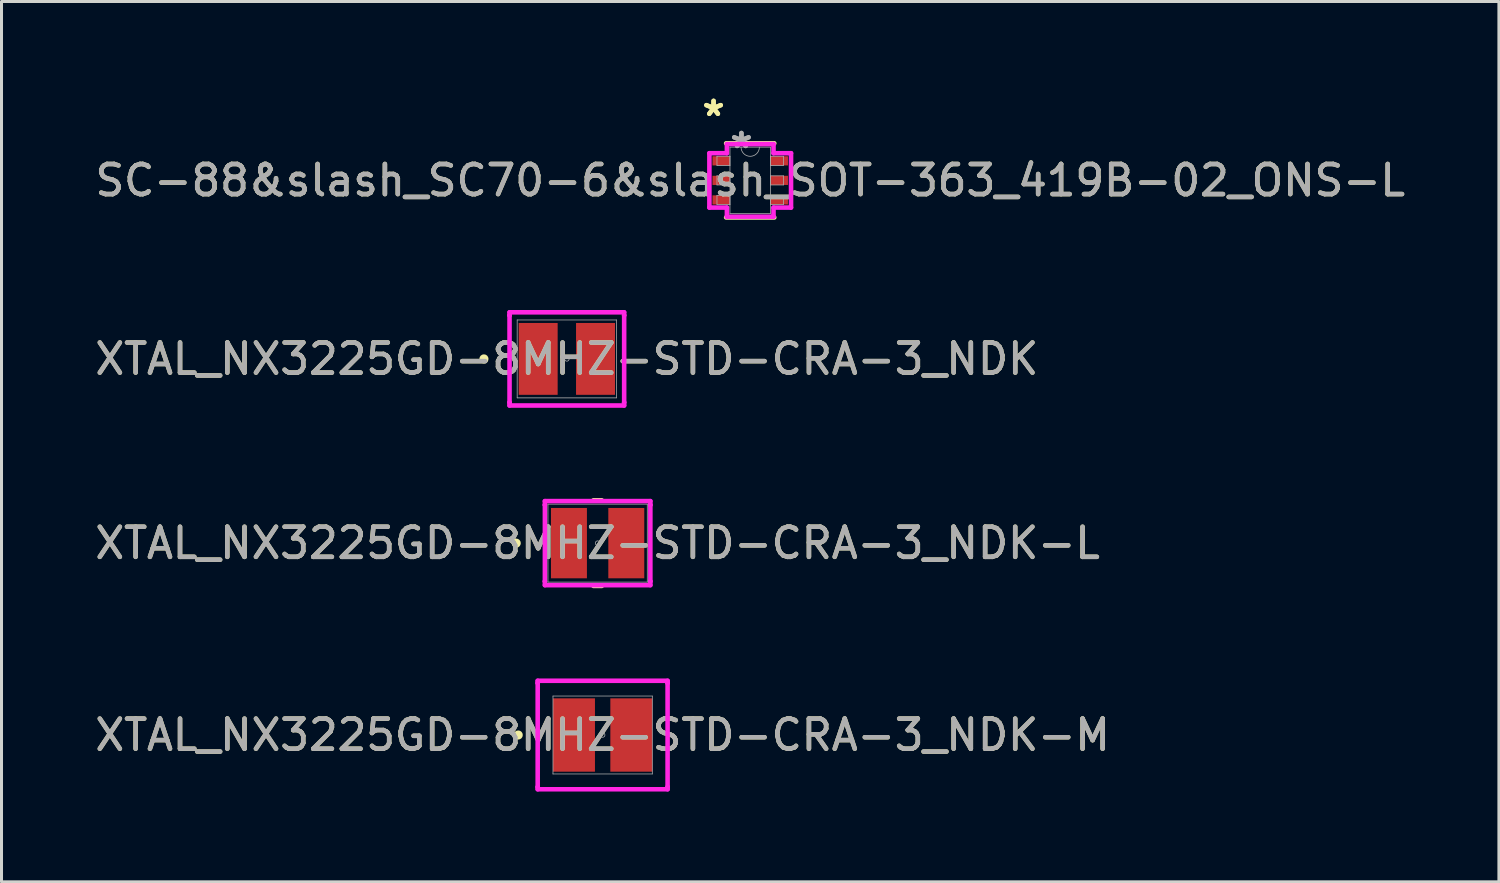
<source format=kicad_pcb>
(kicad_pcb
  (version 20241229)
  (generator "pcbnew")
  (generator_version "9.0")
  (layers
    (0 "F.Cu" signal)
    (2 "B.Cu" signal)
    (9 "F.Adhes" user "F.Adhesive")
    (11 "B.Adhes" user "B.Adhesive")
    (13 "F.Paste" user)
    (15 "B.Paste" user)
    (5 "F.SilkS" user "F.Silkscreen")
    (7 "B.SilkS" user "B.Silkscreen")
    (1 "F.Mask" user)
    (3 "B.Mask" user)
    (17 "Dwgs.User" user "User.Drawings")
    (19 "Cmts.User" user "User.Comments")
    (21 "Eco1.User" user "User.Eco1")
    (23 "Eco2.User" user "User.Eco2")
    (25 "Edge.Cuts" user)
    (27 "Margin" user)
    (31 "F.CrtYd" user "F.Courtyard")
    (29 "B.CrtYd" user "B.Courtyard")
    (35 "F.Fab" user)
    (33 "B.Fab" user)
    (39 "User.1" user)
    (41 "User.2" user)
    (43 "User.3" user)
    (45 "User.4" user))
  (footprint "XTAL_NX3225GD-8MHZ-STD-CRA-3_NDK"
    (layer "F.Cu")
    (at 15.792 8.88)
    (property "Reference" "XTAL_NX3225GD-8MHZ-STD-CRA-3_NDK" (at 0 0 0) (unlocked yes) (layer "F.SilkS") (effects (font (size 1 1) (thickness 0.15))))
    (attr smd)
    (fp_circle (center -2.756 0) (end -2.68 0) (stroke (width 0.152) (type solid)) (fill no) (layer "F.SilkS"))
    (fp_line (start -1.905 -1.549) (end 1.905 -1.549) (stroke (width 0.152) (type solid)) (layer "F.CrtYd"))
    (fp_line (start -1.905 -1.448) (end -1.905 -1.549) (stroke (width 0.152) (type solid)) (layer "F.CrtYd"))
    (fp_line (start -1.905 -1.448) (end -1.905 -1.448) (stroke (width 0.152) (type solid)) (layer "F.CrtYd"))
    (fp_line (start -1.905 1.448) (end -1.905 -1.448) (stroke (width 0.152) (type solid)) (layer "F.CrtYd"))
    (fp_line (start -1.905 1.448) (end -1.905 1.448) (stroke (width 0.152) (type solid)) (layer "F.CrtYd"))
    (fp_line (start -1.905 1.549) (end -1.905 1.448) (stroke (width 0.152) (type solid)) (layer "F.CrtYd"))
    (fp_line (start 1.905 -1.549) (end 1.905 -1.448) (stroke (width 0.152) (type solid)) (layer "F.CrtYd"))
    (fp_line (start 1.905 -1.448) (end 1.905 -1.448) (stroke (width 0.152) (type solid)) (layer "F.CrtYd"))
    (fp_line (start 1.905 -1.448) (end 1.905 1.448) (stroke (width 0.152) (type solid)) (layer "F.CrtYd"))
    (fp_line (start 1.905 1.448) (end 1.905 1.448) (stroke (width 0.152) (type solid)) (layer "F.CrtYd"))
    (fp_line (start 1.905 1.448) (end 1.905 1.549) (stroke (width 0.152) (type solid)) (layer "F.CrtYd"))
    (fp_line (start 1.905 1.549) (end -1.905 1.549) (stroke (width 0.152) (type solid)) (layer "F.CrtYd"))
    (fp_line (start -1.651 -1.295) (end -1.651 1.295) (stroke (width 0.025) (type solid)) (layer "F.Fab"))
    (fp_line (start -1.651 1.295) (end 1.651 1.295) (stroke (width 0.025) (type solid)) (layer "F.Fab"))
    (fp_line (start 1.651 -1.295) (end -1.651 -1.295) (stroke (width 0.025) (type solid)) (layer "F.Fab"))
    (fp_line (start 1.651 1.295) (end 1.651 -1.295) (stroke (width 0.025) (type solid)) (layer "F.Fab"))
    (fp_circle (center 0 0) (end 0.076 0) (stroke (width 0.025) (type solid)) (fill no) (layer "F.Fab"))
    (fp_text user "${REFERENCE}" (at 0 0 0) (unlocked yes) (layer "F.Fab") (effects (font (size 1 1) (thickness 0.15))))
    (pad "1" smd rect (at -0.953 0) (size 1.295 2.388) (layers "F.Cu" "F.Mask" "F.Paste"))
    (pad "2" smd rect (at 0.953 0) (size 1.295 2.388) (layers "F.Cu" "F.Mask" "F.Paste")))
  (footprint "XTAL_NX3225GD-8MHZ-STD-CRA-3_NDK-L"
    (layer "F.Cu")
    (at 16.815 15.004)
    (property "Reference" "XTAL_NX3225GD-8MHZ-STD-CRA-3_NDK-L" (at 0 0 0) (unlocked yes) (layer "F.SilkS") (effects (font (size 1 1) (thickness 0.15))))
    (attr smd)
    (fp_line (start -0.139 1.422) (end 0.139 1.422) (stroke (width 0.152) (type solid)) (layer "F.SilkS"))
    (fp_line (start 0.139 -1.422) (end -0.139 -1.422) (stroke (width 0.152) (type solid)) (layer "F.SilkS"))
    (fp_circle (center -2.706 0) (end -2.63 0) (stroke (width 0.152) (type solid)) (fill no) (layer "F.SilkS"))
    (fp_line (start -1.753 -1.397) (end 1.753 -1.397) (stroke (width 0.152) (type solid)) (layer "F.CrtYd"))
    (fp_line (start -1.753 -1.27) (end -1.753 -1.397) (stroke (width 0.152) (type solid)) (layer "F.CrtYd"))
    (fp_line (start -1.753 -1.27) (end -1.753 -1.27) (stroke (width 0.152) (type solid)) (layer "F.CrtYd"))
    (fp_line (start -1.753 1.27) (end -1.753 -1.27) (stroke (width 0.152) (type solid)) (layer "F.CrtYd"))
    (fp_line (start -1.753 1.27) (end -1.753 1.27) (stroke (width 0.152) (type solid)) (layer "F.CrtYd"))
    (fp_line (start -1.753 1.397) (end -1.753 1.27) (stroke (width 0.152) (type solid)) (layer "F.CrtYd"))
    (fp_line (start 1.753 -1.397) (end 1.753 -1.27) (stroke (width 0.152) (type solid)) (layer "F.CrtYd"))
    (fp_line (start 1.753 -1.27) (end 1.753 -1.27) (stroke (width 0.152) (type solid)) (layer "F.CrtYd"))
    (fp_line (start 1.753 -1.27) (end 1.753 1.27) (stroke (width 0.152) (type solid)) (layer "F.CrtYd"))
    (fp_line (start 1.753 1.27) (end 1.753 1.27) (stroke (width 0.152) (type solid)) (layer "F.CrtYd"))
    (fp_line (start 1.753 1.27) (end 1.753 1.397) (stroke (width 0.152) (type solid)) (layer "F.CrtYd"))
    (fp_line (start 1.753 1.397) (end -1.753 1.397) (stroke (width 0.152) (type solid)) (layer "F.CrtYd"))
    (fp_line (start -1.651 -1.295) (end -1.651 1.295) (stroke (width 0.025) (type solid)) (layer "F.Fab"))
    (fp_line (start -1.651 1.295) (end 1.651 1.295) (stroke (width 0.025) (type solid)) (layer "F.Fab"))
    (fp_line (start 1.651 -1.295) (end -1.651 -1.295) (stroke (width 0.025) (type solid)) (layer "F.Fab"))
    (fp_line (start 1.651 1.295) (end 1.651 -1.295) (stroke (width 0.025) (type solid)) (layer "F.Fab"))
    (fp_circle (center 0 0) (end 0.076 0) (stroke (width 0.025) (type solid)) (fill no) (layer "F.Fab"))
    (fp_text user "${REFERENCE}" (at 0 0 0) (unlocked yes) (layer "F.Fab") (effects (font (size 1 1) (thickness 0.15))))
    (pad "1" smd rect (at -0.953 0) (size 1.195 2.338) (layers "F.Cu" "F.Mask" "F.Paste"))
    (pad "2" smd rect (at 0.953 0) (size 1.195 2.338) (layers "F.Cu" "F.Mask" "F.Paste")))
  (footprint "SC-88&slash_SC70-6&slash_SOT-363_419B-02_ONS-L"
    (layer "F.Cu")
    (at 21.887 2.946)
    (property "Reference" "SC-88&slash_SC70-6&slash_SOT-363_419B-02_ONS-L" (at 0 0 0) (unlocked yes) (layer "F.SilkS") (effects (font (size 1 1) (thickness 0.15))))
    (attr smd)
    (fp_line (start -0.8 1.232) (end 0.8 1.232) (stroke (width 0.152) (type solid)) (layer "F.SilkS"))
    (fp_line (start 0.8 -1.232) (end -0.8 -1.232) (stroke (width 0.152) (type solid)) (layer "F.SilkS"))
    (fp_line (start -1.357 -0.904) (end -0.775 -0.904) (stroke (width 0.152) (type solid)) (layer "F.CrtYd"))
    (fp_line (start -1.357 0.904) (end -1.357 -0.904) (stroke (width 0.152) (type solid)) (layer "F.CrtYd"))
    (fp_line (start -1.357 0.904) (end -0.775 0.904) (stroke (width 0.152) (type solid)) (layer "F.CrtYd"))
    (fp_line (start -0.775 -1.206) (end 0.775 -1.206) (stroke (width 0.152) (type solid)) (layer "F.CrtYd"))
    (fp_line (start -0.775 -0.904) (end -0.775 -1.206) (stroke (width 0.152) (type solid)) (layer "F.CrtYd"))
    (fp_line (start -0.775 1.206) (end -0.775 0.904) (stroke (width 0.152) (type solid)) (layer "F.CrtYd"))
    (fp_line (start 0.775 -1.206) (end 0.775 -0.904) (stroke (width 0.152) (type solid)) (layer "F.CrtYd"))
    (fp_line (start 0.775 0.904) (end 0.775 1.206) (stroke (width 0.152) (type solid)) (layer "F.CrtYd"))
    (fp_line (start 0.775 1.206) (end -0.775 1.206) (stroke (width 0.152) (type solid)) (layer "F.CrtYd"))
    (fp_line (start 1.357 -0.904) (end 0.775 -0.904) (stroke (width 0.152) (type solid)) (layer "F.CrtYd"))
    (fp_line (start 1.357 -0.904) (end 1.357 0.904) (stroke (width 0.152) (type solid)) (layer "F.CrtYd"))
    (fp_line (start 1.357 0.904) (end 0.775 0.904) (stroke (width 0.152) (type solid)) (layer "F.CrtYd"))
    (fp_line (start -1.105 -0.802) (end -1.105 -0.498) (stroke (width 0.025) (type solid)) (layer "F.Fab"))
    (fp_line (start -1.105 -0.498) (end -0.673 -0.498) (stroke (width 0.025) (type solid)) (layer "F.Fab"))
    (fp_line (start -1.105 -0.152) (end -1.105 0.152) (stroke (width 0.025) (type solid)) (layer "F.Fab"))
    (fp_line (start -1.105 0.152) (end -0.673 0.152) (stroke (width 0.025) (type solid)) (layer "F.Fab"))
    (fp_line (start -1.105 0.498) (end -1.105 0.802) (stroke (width 0.025) (type solid)) (layer "F.Fab"))
    (fp_line (start -1.105 0.802) (end -0.673 0.802) (stroke (width 0.025) (type solid)) (layer "F.Fab"))
    (fp_line (start -0.673 -1.105) (end -0.673 1.105) (stroke (width 0.025) (type solid)) (layer "F.Fab"))
    (fp_line (start -0.673 -0.802) (end -1.105 -0.802) (stroke (width 0.025) (type solid)) (layer "F.Fab"))
    (fp_line (start -0.673 -0.498) (end -0.673 -0.802) (stroke (width 0.025) (type solid)) (layer "F.Fab"))
    (fp_line (start -0.673 -0.152) (end -1.105 -0.152) (stroke (width 0.025) (type solid)) (layer "F.Fab"))
    (fp_line (start -0.673 0.152) (end -0.673 -0.152) (stroke (width 0.025) (type solid)) (layer "F.Fab"))
    (fp_line (start -0.673 0.498) (end -1.105 0.498) (stroke (width 0.025) (type solid)) (layer "F.Fab"))
    (fp_line (start -0.673 0.802) (end -0.673 0.498) (stroke (width 0.025) (type solid)) (layer "F.Fab"))
    (fp_line (start -0.673 1.105) (end 0.673 1.105) (stroke (width 0.025) (type solid)) (layer "F.Fab"))
    (fp_line (start 0.673 -1.105) (end -0.673 -1.105) (stroke (width 0.025) (type solid)) (layer "F.Fab"))
    (fp_line (start 0.673 -0.802) (end 0.673 -0.498) (stroke (width 0.025) (type solid)) (layer "F.Fab"))
    (fp_line (start 0.673 -0.498) (end 1.105 -0.498) (stroke (width 0.025) (type solid)) (layer "F.Fab"))
    (fp_line (start 0.673 -0.152) (end 0.673 0.152) (stroke (width 0.025) (type solid)) (layer "F.Fab"))
    (fp_line (start 0.673 0.152) (end 1.105 0.152) (stroke (width 0.025) (type solid)) (layer "F.Fab"))
    (fp_line (start 0.673 0.498) (end 0.673 0.802) (stroke (width 0.025) (type solid)) (layer "F.Fab"))
    (fp_line (start 0.673 0.802) (end 1.105 0.802) (stroke (width 0.025) (type solid)) (layer "F.Fab"))
    (fp_line (start 0.673 1.105) (end 0.673 -1.105) (stroke (width 0.025) (type solid)) (layer "F.Fab"))
    (fp_line (start 1.105 -0.802) (end 0.673 -0.802) (stroke (width 0.025) (type solid)) (layer "F.Fab"))
    (fp_line (start 1.105 -0.498) (end 1.105 -0.802) (stroke (width 0.025) (type solid)) (layer "F.Fab"))
    (fp_line (start 1.105 -0.152) (end 0.673 -0.152) (stroke (width 0.025) (type solid)) (layer "F.Fab"))
    (fp_line (start 1.105 0.152) (end 1.105 -0.152) (stroke (width 0.025) (type solid)) (layer "F.Fab"))
    (fp_line (start 1.105 0.498) (end 0.673 0.498) (stroke (width 0.025) (type solid)) (layer "F.Fab"))
    (fp_line (start 1.105 0.802) (end 1.105 0.498) (stroke (width 0.025) (type solid)) (layer "F.Fab"))
    (fp_arc (start 0.3048 -1.1049) (mid 0 -0.8001) (end -0.3048 -1.1049) (stroke (width 0.0254) (type solid)) (layer "F.Fab"))
    (fp_text user "*" (at -1.218 -2.098 0) (layer "F.SilkS") (effects (font (size 1 1) (thickness 0.15))))
    (fp_text user "*" (at -1.218 -2.098 0) (unlocked yes) (layer "F.SilkS") (effects (font (size 1 1) (thickness 0.15))))
    (fp_text user "*" (at -0.292 -1.029 0) (unlocked yes) (layer "F.Fab") (effects (font (size 1 1) (thickness 0.15))))
    (fp_text user "${REFERENCE}" (at 0 0 0) (unlocked yes) (layer "F.Fab") (effects (font (size 1 1) (thickness 0.15))))
    (fp_text user "*" (at -0.292 -1.029 0) (layer "F.Fab") (effects (font (size 1 1) (thickness 0.15))))
    (pad "1" smd rect (at -0.964 -0.65) (size 0.582 0.305) (layers "F.Cu" "F.Mask" "F.Paste"))
    (pad "2" smd rect (at -0.964 0) (size 0.582 0.305) (layers "F.Cu" "F.Mask" "F.Paste"))
    (pad "3" smd rect (at -0.964 0.65) (size 0.582 0.305) (layers "F.Cu" "F.Mask" "F.Paste"))
    (pad "4" smd rect (at 0.964 0.65) (size 0.582 0.305) (layers "F.Cu" "F.Mask" "F.Paste"))
    (pad "5" smd rect (at 0.964 0) (size 0.582 0.305) (layers "F.Cu" "F.Mask" "F.Paste"))
    (pad "6" smd rect (at 0.964 -0.65) (size 0.582 0.305) (layers "F.Cu" "F.Mask" "F.Paste")))
  (footprint "XTAL_NX3225GD-8MHZ-STD-CRA-3_NDK-M"
    (layer "F.Cu")
    (at 16.982 21.382)
    (property "Reference" "XTAL_NX3225GD-8MHZ-STD-CRA-3_NDK-M" (at 0 0 0) (unlocked yes) (layer "F.SilkS") (effects (font (size 1 1) (thickness 0.15))))
    (attr smd)
    (fp_circle (center -2.806 0) (end -2.73 0) (stroke (width 0.152) (type solid)) (fill no) (layer "F.SilkS"))
    (fp_line (start -2.159 -1.803) (end 2.159 -1.803) (stroke (width 0.152) (type solid)) (layer "F.CrtYd"))
    (fp_line (start -2.159 -1.727) (end -2.159 -1.803) (stroke (width 0.152) (type solid)) (layer "F.CrtYd"))
    (fp_line (start -2.159 -1.727) (end -2.159 -1.727) (stroke (width 0.152) (type solid)) (layer "F.CrtYd"))
    (fp_line (start -2.159 1.727) (end -2.159 -1.727) (stroke (width 0.152) (type solid)) (layer "F.CrtYd"))
    (fp_line (start -2.159 1.727) (end -2.159 1.727) (stroke (width 0.152) (type solid)) (layer "F.CrtYd"))
    (fp_line (start -2.159 1.803) (end -2.159 1.727) (stroke (width 0.152) (type solid)) (layer "F.CrtYd"))
    (fp_line (start 2.159 -1.803) (end 2.159 -1.727) (stroke (width 0.152) (type solid)) (layer "F.CrtYd"))
    (fp_line (start 2.159 -1.727) (end 2.159 -1.727) (stroke (width 0.152) (type solid)) (layer "F.CrtYd"))
    (fp_line (start 2.159 -1.727) (end 2.159 1.727) (stroke (width 0.152) (type solid)) (layer "F.CrtYd"))
    (fp_line (start 2.159 1.727) (end 2.159 1.727) (stroke (width 0.152) (type solid)) (layer "F.CrtYd"))
    (fp_line (start 2.159 1.727) (end 2.159 1.803) (stroke (width 0.152) (type solid)) (layer "F.CrtYd"))
    (fp_line (start 2.159 1.803) (end -2.159 1.803) (stroke (width 0.152) (type solid)) (layer "F.CrtYd"))
    (fp_line (start -1.651 -1.295) (end -1.651 1.295) (stroke (width 0.025) (type solid)) (layer "F.Fab"))
    (fp_line (start -1.651 1.295) (end 1.651 1.295) (stroke (width 0.025) (type solid)) (layer "F.Fab"))
    (fp_line (start 1.651 -1.295) (end -1.651 -1.295) (stroke (width 0.025) (type solid)) (layer "F.Fab"))
    (fp_line (start 1.651 1.295) (end 1.651 -1.295) (stroke (width 0.025) (type solid)) (layer "F.Fab"))
    (fp_circle (center 0 0) (end 0.076 0) (stroke (width 0.025) (type solid)) (fill no) (layer "F.Fab"))
    (fp_text user "${REFERENCE}" (at 0 0 0) (unlocked yes) (layer "F.Fab") (effects (font (size 1 1) (thickness 0.15))))
    (pad "1" smd rect (at -0.953 0) (size 1.395 2.438) (layers "F.Cu" "F.Mask" "F.Paste"))
    (pad "2" smd rect (at 0.953 0) (size 1.395 2.438) (layers "F.Cu" "F.Mask" "F.Paste")))
  (gr_rect
    (start -3 -3)
    (end 46.774 26.262)
    (stroke (width 0.1) (type default))
    (fill no)
    (layer "Edge.Cuts")))
</source>
